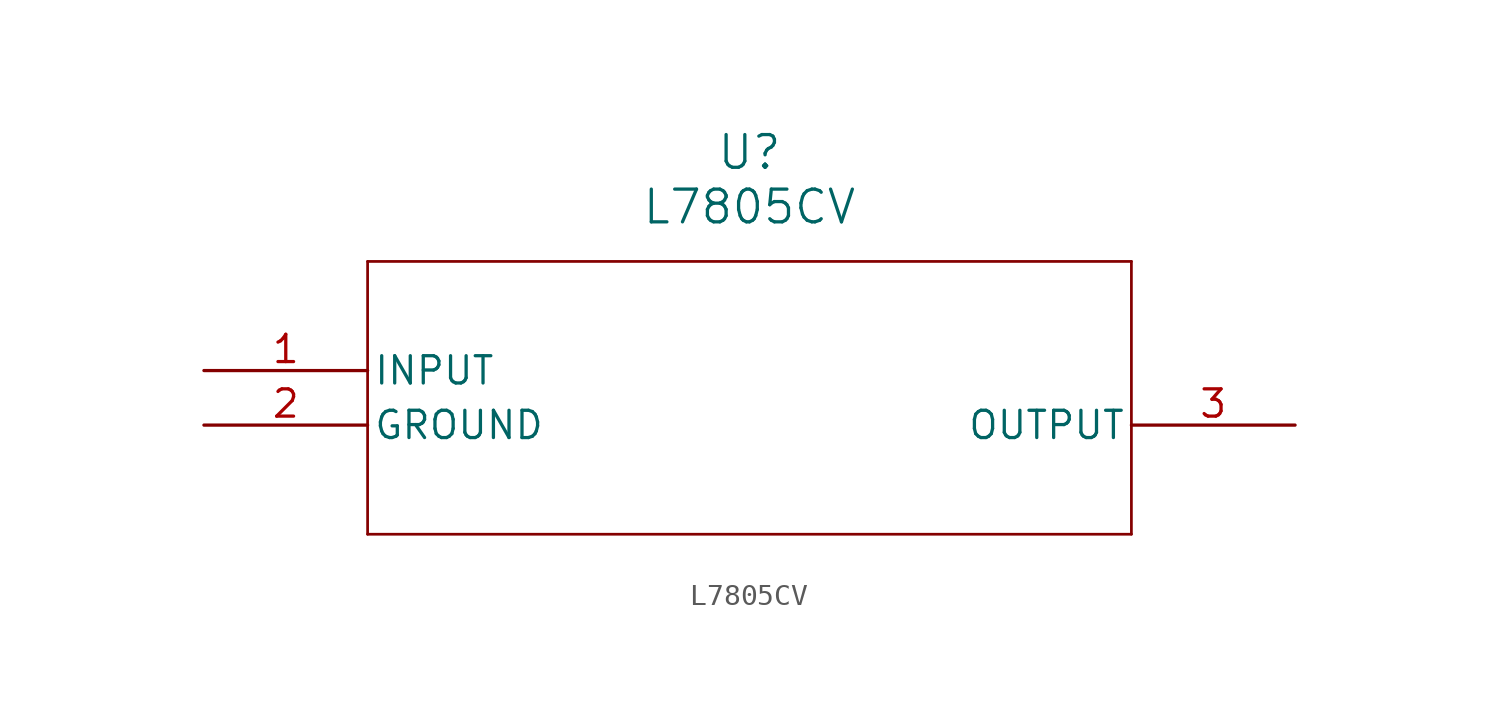
<source format=kicad_sym>
(kicad_symbol_lib
  (version 20211014)
  (generator kicad_symbol_editor)
  (symbol "L7805CV"
    (pin_names
      (offset 0.254))
    (property "Reference" "U"
      (at 25.4 10.16 0)
      (effects (font (size 1.524 1.524))))
    (property "Value" "L7805CV"
      (at 25.4 7.62 0)
      (effects (font (size 1.524 1.524))))
    (symbol "L7805CV_0_1"
      (polyline (pts (xy 7.62 5.08) (xy 7.62 -7.62)) (stroke (width 0.127) (type default) (color 0 0 0 0)) (fill (type none)))
      (polyline (pts (xy 7.62 -7.62) (xy 43.18 -7.62)) (stroke (width 0.127) (type default) (color 0 0 0 0)) (fill (type none)))
      (polyline (pts (xy 43.18 -7.62) (xy 43.18 5.08)) (stroke (width 0.127) (type default) (color 0 0 0 0)) (fill (type none)))
      (polyline (pts (xy 43.18 5.08) (xy 7.62 5.08)) (stroke (width 0.127) (type default) (color 0 0 0 0)) (fill (type none)))
      (pin input line (at 0 0 0) (length 7.62) (name "INPUT" (effects (font (size 1.27 1.27)))) (number "1" (effects (font (size 1.27 1.27)))))
      (pin power_out line (at 0 -2.54 0) (length 7.62) (name "GROUND" (effects (font (size 1.27 1.27)))) (number "2" (effects (font (size 1.27 1.27)))))
      (pin output line (at 50.8 -2.54 180) (length 7.62) (name "OUTPUT" (effects (font (size 1.27 1.27)))) (number "3" (effects (font (size 1.27 1.27))))))))
</source>
